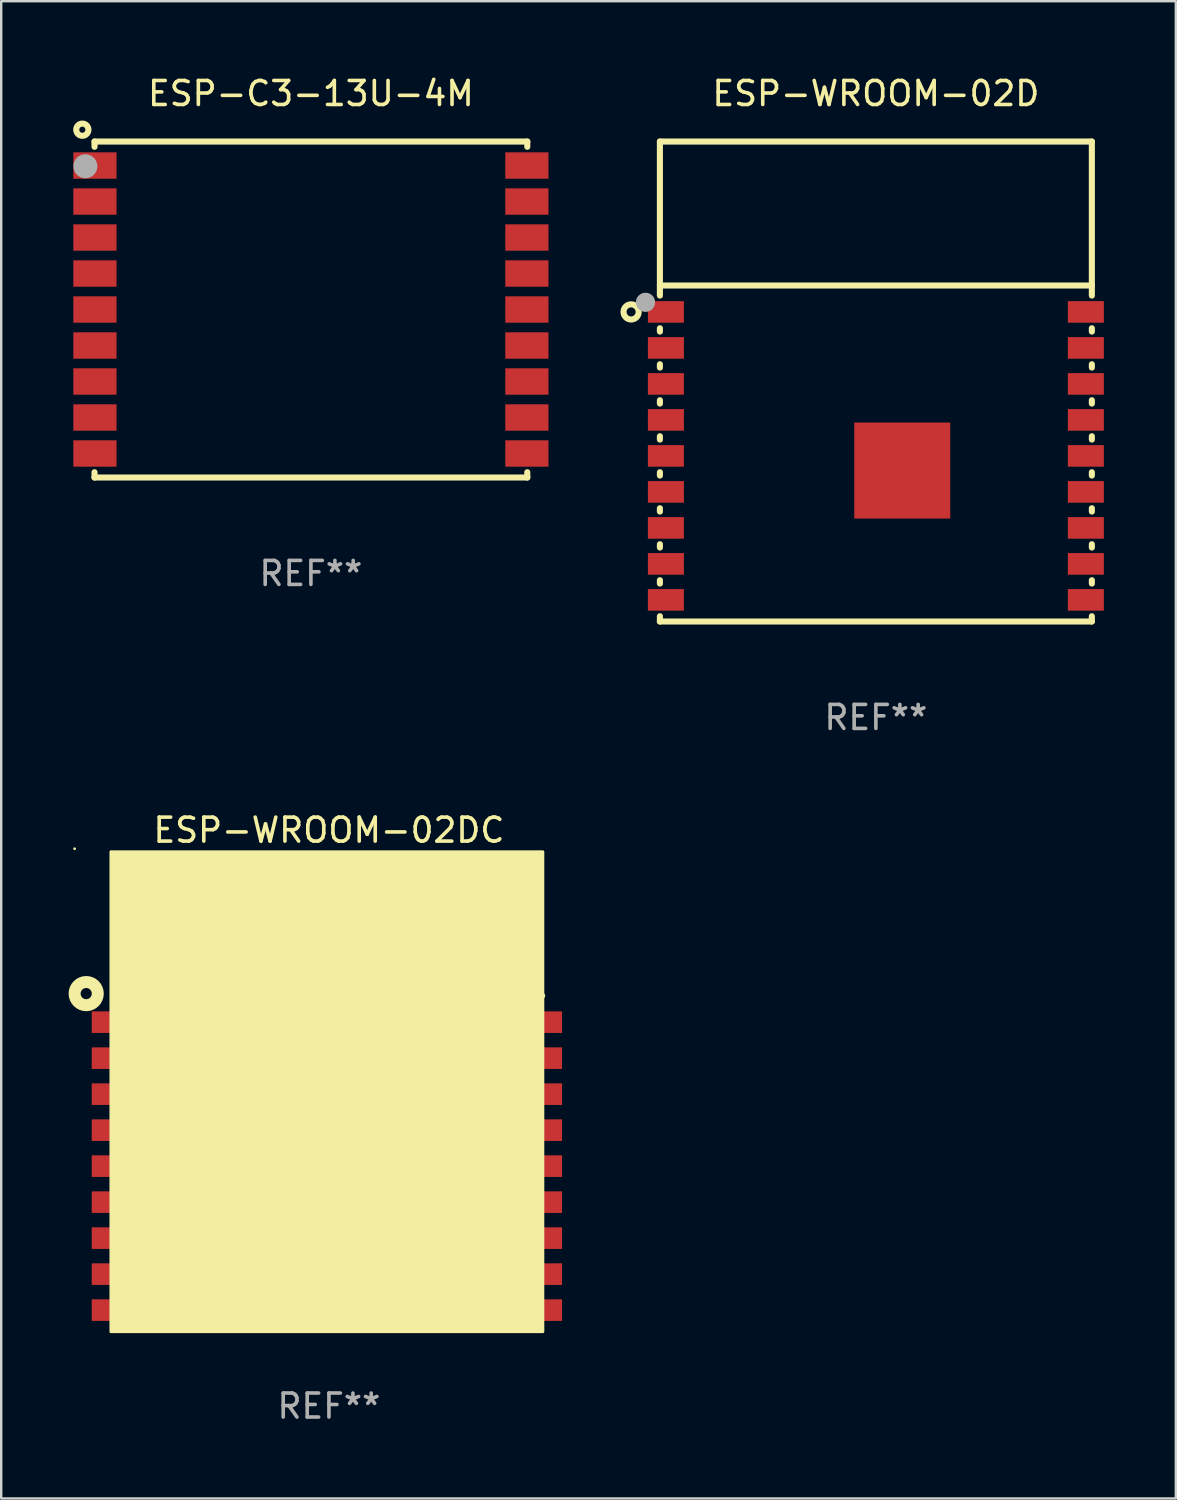
<source format=kicad_pcb>
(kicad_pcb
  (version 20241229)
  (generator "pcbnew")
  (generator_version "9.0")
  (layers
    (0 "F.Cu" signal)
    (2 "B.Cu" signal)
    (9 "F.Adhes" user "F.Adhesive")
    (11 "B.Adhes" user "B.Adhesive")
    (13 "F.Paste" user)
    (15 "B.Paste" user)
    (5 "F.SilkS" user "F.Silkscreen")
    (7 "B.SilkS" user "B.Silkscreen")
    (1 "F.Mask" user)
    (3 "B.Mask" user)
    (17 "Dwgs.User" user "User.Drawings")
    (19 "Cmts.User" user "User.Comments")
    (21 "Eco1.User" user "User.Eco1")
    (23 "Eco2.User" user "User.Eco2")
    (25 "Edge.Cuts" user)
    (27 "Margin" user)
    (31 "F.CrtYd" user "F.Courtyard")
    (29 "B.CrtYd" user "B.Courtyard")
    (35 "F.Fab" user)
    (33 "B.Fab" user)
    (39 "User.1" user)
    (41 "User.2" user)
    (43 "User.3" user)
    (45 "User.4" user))
  (footprint "ESP-C3-13U-4M"
    (layer "F.Cu")
    (at 9.906 9.848)
    (property "Reference" "ESP-C3-13U-4M" (at 0 -9 0) (layer "F.SilkS") (effects (font (size 1 1) (thickness 0.15))))
    (attr through_hole)
    (fp_line (start -9.017 7) (end 9.017 7) (stroke (width 0.254) (type solid)) (layer "F.SilkS"))
    (fp_line (start -9.017 -7) (end -9.017 -6.781) (stroke (width 0.254) (type solid)) (layer "F.SilkS"))
    (fp_line (start -9.017 -7) (end 9.017 -7) (stroke (width 0.254) (type solid)) (layer "F.SilkS"))
    (fp_line (start -9.017 6.781) (end -9.017 7) (stroke (width 0.254) (type solid)) (layer "F.SilkS"))
    (fp_line (start 9.017 -7) (end 9.017 -6.781) (stroke (width 0.254) (type solid)) (layer "F.SilkS"))
    (fp_line (start 9.017 6.781) (end 9.017 7) (stroke (width 0.254) (type solid)) (layer "F.SilkS"))
    (fp_circle (center -9.525 -7.493) (end -9.271 -7.493) (stroke (width 0.254) (type solid)) (fill no) (layer "F.SilkS"))
    (fp_circle (center -9 -7) (end -8.97 -7) (stroke (width 0.06) (type solid)) (fill no) (layer "F.SilkS"))
    (fp_circle (center -9.398 -5.969) (end -9.148 -5.969) (stroke (width 0.5) (type solid)) (fill no) (layer "F.Fab"))
    (fp_text user "REF**" (at 0 11 0) (layer "F.Fab") (effects (font (size 1 1) (thickness 0.15))))
    (pad "1" smd rect (at -9 -6) (size 1.8 1.1) (layers "F.Cu" "F.Mask" "F.Paste"))
    (pad "2" smd rect (at -9 -4.5) (size 1.8 1.1) (layers "F.Cu" "F.Mask" "F.Paste"))
    (pad "3" smd rect (at -9 -3) (size 1.8 1.1) (layers "F.Cu" "F.Mask" "F.Paste"))
    (pad "4" smd rect (at -9 -1.5) (size 1.8 1.1) (layers "F.Cu" "F.Mask" "F.Paste"))
    (pad "5" smd rect (at -9 -0.000025) (size 1.8 1.1) (layers "F.Cu" "F.Mask" "F.Paste"))
    (pad "6" smd rect (at -9 1.5) (size 1.8 1.1) (layers "F.Cu" "F.Mask" "F.Paste"))
    (pad "7" smd rect (at -9 3) (size 1.8 1.1) (layers "F.Cu" "F.Mask" "F.Paste"))
    (pad "8" smd rect (at -9 4.5) (size 1.8 1.1) (layers "F.Cu" "F.Mask" "F.Paste"))
    (pad "9" smd rect (at -9 6) (size 1.8 1.1) (layers "F.Cu" "F.Mask" "F.Paste"))
    (pad "10" smd rect (at 9 6) (size 1.8 1.1) (layers "F.Cu" "F.Mask" "F.Paste"))
    (pad "11" smd rect (at 9 4.5) (size 1.8 1.1) (layers "F.Cu" "F.Mask" "F.Paste"))
    (pad "12" smd rect (at 9 3) (size 1.8 1.1) (layers "F.Cu" "F.Mask" "F.Paste"))
    (pad "13" smd rect (at 9 1.5) (size 1.8 1.1) (layers "F.Cu" "F.Mask" "F.Paste"))
    (pad "14" smd rect (at 9 -0.000025) (size 1.8 1.1) (layers "F.Cu" "F.Mask" "F.Paste"))
    (pad "15" smd rect (at 9 -1.5) (size 1.8 1.1) (layers "F.Cu" "F.Mask" "F.Paste"))
    (pad "16" smd rect (at 9 -3) (size 1.8 1.1) (layers "F.Cu" "F.Mask" "F.Paste"))
    (pad "17" smd rect (at 9 -4.5) (size 1.8 1.1) (layers "F.Cu" "F.Mask" "F.Paste"))
    (pad "18" smd rect (at 9 -6) (size 1.8 1.1) (layers "F.Cu" "F.Mask" "F.Paste")))
  (footprint "ESP-WROOM-02DC"
    (layer "F.Cu")
    (at 10.657 42.545)
    (property "Reference" "ESP-WROOM-02DC" (at 0 -11 0) (layer "F.SilkS") (effects (font (size 1 1) (thickness 0.15))))
    (attr through_hole)
    (fp_line (start -8.885 -4.1) (end 8.885 -4.1) (stroke (width 0.254) (type solid)) (layer "F.SilkS"))
    (fp_line (start -7.585 -6) (end -7.585 -9) (stroke (width 0.254) (type solid)) (layer "F.SilkS"))
    (fp_line (start -4.585 -9) (end -4.585 -6) (stroke (width 0.254) (type solid)) (layer "F.SilkS"))
    (fp_line (start -4.585 -6) (end -7.585 -6) (stroke (width 0.254) (type solid)) (layer "F.SilkS"))
    (fp_line (start -1.585 -9) (end -4.585 -9) (stroke (width 0.254) (type solid)) (layer "F.SilkS"))
    (fp_line (start -1.585 -6) (end -1.585 -9) (stroke (width 0.254) (type solid)) (layer "F.SilkS"))
    (fp_line (start 1.415 -9) (end 1.415 -6) (stroke (width 0.254) (type solid)) (layer "F.SilkS"))
    (fp_line (start 1.415 -6) (end -1.585 -6) (stroke (width 0.254) (type solid)) (layer "F.SilkS"))
    (fp_line (start 4.415 -9) (end 1.415 -9) (stroke (width 0.254) (type solid)) (layer "F.SilkS"))
    (fp_line (start 4.415 -9) (end 4.415 -4.5) (stroke (width 0.254) (type solid)) (layer "F.SilkS"))
    (fp_line (start 7.415 -9) (end 4.415 -9) (stroke (width 0.254) (type solid)) (layer "F.SilkS"))
    (fp_line (start 7.415 -4.5) (end 7.415 -9) (stroke (width 0.254) (type solid)) (layer "F.SilkS"))
    (fp_circle (center -10.597 -10.227) (end -10.567 -10.227) (stroke (width 0.06) (type solid)) (fill no) (layer "F.SilkS"))
    (fp_circle (center -10.115 -4.19) (end -9.882 -4.19) (stroke (width 0.5) (type solid)) (fill no) (layer "F.SilkS"))
    (fp_poly (pts (xy -9.085 -10.1) (xy 8.915 -10.1) (xy 8.915 9.9) (xy -9.085 9.9)) (stroke (width 0.12) (type solid)) (fill yes) (layer "F.SilkS"))
    (fp_text user "WIFI" (at -3.105 6.36 0) (layer "B.Mask") (effects (font (size 1 1) (thickness 0.15))))
    (fp_text user "REF**" (at 0 13 0) (layer "F.Fab") (effects (font (size 1 1) (thickness 0.15))))
    (pad "1" smd rect (at -8.885 -3 180) (size 2 0.9) (layers "F.Cu" "F.Mask" "F.Paste"))
    (pad "2" smd rect (at -8.885 -1.5 180) (size 2 0.9) (layers "F.Cu" "F.Mask" "F.Paste"))
    (pad "3" smd rect (at -8.885 0.000076 180) (size 2 0.9) (layers "F.Cu" "F.Mask" "F.Paste"))
    (pad "4" smd rect (at -8.885 1.5 180) (size 2 0.9) (layers "F.Cu" "F.Mask" "F.Paste"))
    (pad "5" smd rect (at -8.885 3 180) (size 2 0.9) (layers "F.Cu" "F.Mask" "F.Paste"))
    (pad "6" smd rect (at -8.885 4.5 180) (size 2 0.9) (layers "F.Cu" "F.Mask" "F.Paste"))
    (pad "7" smd rect (at -8.885 6 180) (size 2 0.9) (layers "F.Cu" "F.Mask" "F.Paste"))
    (pad "8" smd rect (at -8.885 7.5 180) (size 2 0.9) (layers "F.Cu" "F.Mask" "F.Paste"))
    (pad "9" smd rect (at -8.885 9 180) (size 2 0.9) (layers "F.Cu" "F.Mask" "F.Paste"))
    (pad "10" smd rect (at 8.715 9) (size 2 0.9) (layers "F.Cu" "F.Mask" "F.Paste"))
    (pad "11" smd rect (at 8.715 7.5) (size 2 0.9) (layers "F.Cu" "F.Mask" "F.Paste"))
    (pad "12" smd rect (at 8.715 6) (size 2 0.9) (layers "F.Cu" "F.Mask" "F.Paste"))
    (pad "13" smd rect (at 8.715 4.5) (size 2 0.9) (layers "F.Cu" "F.Mask" "F.Paste"))
    (pad "14" smd rect (at 8.715 3) (size 2 0.9) (layers "F.Cu" "F.Mask" "F.Paste"))
    (pad "15" smd rect (at 8.715 1.5) (size 2 0.9) (layers "F.Cu" "F.Mask" "F.Paste"))
    (pad "16" smd rect (at 8.715 0.000076) (size 2 0.9) (layers "F.Cu" "F.Mask" "F.Paste"))
    (pad "17" smd rect (at 8.715 -1.5) (size 2 0.9) (layers "F.Cu" "F.Mask" "F.Paste"))
    (pad "18" smd rect (at 8.715 -3) (size 2 0.9) (layers "F.Cu" "F.Mask" "F.Paste"))
    (pad "19" smd rect (at 0.965 3.86) (size 4 4) (layers "F.Cu" "F.Mask" "F.Paste")))
  (footprint "ESP-WROOM-02D"
    (layer "F.Cu")
    (at 33.449 12.848)
    (property "Reference" "ESP-WROOM-02D" (at 0 -12 0) (layer "F.SilkS") (effects (font (size 1 1) (thickness 0.15))))
    (attr through_hole)
    (fp_line (start -9 -10) (end -9 -3.581) (stroke (width 0.254) (type solid)) (layer "F.SilkS"))
    (fp_line (start -9 -10) (end 9 -10) (stroke (width 0.254) (type solid)) (layer "F.SilkS"))
    (fp_line (start -9 -4) (end 9 -4) (stroke (width 0.254) (type solid)) (layer "F.SilkS"))
    (fp_line (start -9 -2.219) (end -9 -2.081) (stroke (width 0.254) (type solid)) (layer "F.SilkS"))
    (fp_line (start -9 -0.719) (end -9 -0.581) (stroke (width 0.254) (type solid)) (layer "F.SilkS"))
    (fp_line (start -9 0.781) (end -9 0.919) (stroke (width 0.254) (type solid)) (layer "F.SilkS"))
    (fp_line (start -9 2.281) (end -9 2.419) (stroke (width 0.254) (type solid)) (layer "F.SilkS"))
    (fp_line (start -9 3.781) (end -9 3.919) (stroke (width 0.254) (type solid)) (layer "F.SilkS"))
    (fp_line (start -9 5.281) (end -9 5.419) (stroke (width 0.254) (type solid)) (layer "F.SilkS"))
    (fp_line (start -9 6.781) (end -9 6.919) (stroke (width 0.254) (type solid)) (layer "F.SilkS"))
    (fp_line (start -9 8.281) (end -9 8.419) (stroke (width 0.254) (type solid)) (layer "F.SilkS"))
    (fp_line (start -9 9.781) (end -9 10) (stroke (width 0.254) (type solid)) (layer "F.SilkS"))
    (fp_line (start -9 10) (end 9 10) (stroke (width 0.254) (type solid)) (layer "F.SilkS"))
    (fp_line (start 9 -10) (end 9 -3.581) (stroke (width 0.254) (type solid)) (layer "F.SilkS"))
    (fp_line (start 9 -2.219) (end 9 -2.081) (stroke (width 0.254) (type solid)) (layer "F.SilkS"))
    (fp_line (start 9 -0.719) (end 9 -0.581) (stroke (width 0.254) (type solid)) (layer "F.SilkS"))
    (fp_line (start 9 0.781) (end 9 0.919) (stroke (width 0.254) (type solid)) (layer "F.SilkS"))
    (fp_line (start 9 2.281) (end 9 2.419) (stroke (width 0.254) (type solid)) (layer "F.SilkS"))
    (fp_line (start 9 3.781) (end 9 3.919) (stroke (width 0.254) (type solid)) (layer "F.SilkS"))
    (fp_line (start 9 5.281) (end 9 5.419) (stroke (width 0.254) (type solid)) (layer "F.SilkS"))
    (fp_line (start 9 6.781) (end 9 6.919) (stroke (width 0.254) (type solid)) (layer "F.SilkS"))
    (fp_line (start 9 8.281) (end 9 8.419) (stroke (width 0.254) (type solid)) (layer "F.SilkS"))
    (fp_line (start 9 9.781) (end 9 10) (stroke (width 0.254) (type solid)) (layer "F.SilkS"))
    (fp_circle (center -10.2 -2.9) (end -9.884 -2.9) (stroke (width 0.254) (type solid)) (fill no) (layer "F.SilkS"))
    (fp_circle (center -9 -10) (end -8.97 -10) (stroke (width 0.06) (type solid)) (fill no) (layer "F.SilkS"))
    (fp_circle (center -9.6 -3.3) (end -9.4 -3.3) (stroke (width 0.4) (type solid)) (fill no) (layer "F.Fab"))
    (fp_text user "REF**" (at 0 14 0) (layer "F.Fab") (effects (font (size 1 1) (thickness 0.15))))
    (pad "1" smd rect (at -8.75 -2.9 90) (size 0.9 1.5) (layers "F.Cu" "F.Mask" "F.Paste"))
    (pad "2" smd rect (at -8.75 -1.4 90) (size 0.9 1.5) (layers "F.Cu" "F.Mask" "F.Paste"))
    (pad "3" smd rect (at -8.75 0.1 90) (size 0.9 1.5) (layers "F.Cu" "F.Mask" "F.Paste"))
    (pad "4" smd rect (at -8.75 1.6 90) (size 0.9 1.5) (layers "F.Cu" "F.Mask" "F.Paste"))
    (pad "5" smd rect (at -8.75 3.1 90) (size 0.9 1.5) (layers "F.Cu" "F.Mask" "F.Paste"))
    (pad "6" smd rect (at -8.75 4.6 90) (size 0.9 1.5) (layers "F.Cu" "F.Mask" "F.Paste"))
    (pad "7" smd rect (at -8.75 6.1 90) (size 0.9 1.5) (layers "F.Cu" "F.Mask" "F.Paste"))
    (pad "8" smd rect (at -8.75 7.6 90) (size 0.9 1.5) (layers "F.Cu" "F.Mask" "F.Paste"))
    (pad "9" smd rect (at -8.75 9.1 90) (size 0.9 1.5) (layers "F.Cu" "F.Mask" "F.Paste"))
    (pad "10" smd rect (at 8.75 9.1 90) (size 0.9 1.5) (layers "F.Cu" "F.Mask" "F.Paste"))
    (pad "11" smd rect (at 8.75 7.6 90) (size 0.9 1.5) (layers "F.Cu" "F.Mask" "F.Paste"))
    (pad "12" smd rect (at 8.75 6.1 90) (size 0.9 1.5) (layers "F.Cu" "F.Mask" "F.Paste"))
    (pad "13" smd rect (at 8.75 4.6 90) (size 0.9 1.5) (layers "F.Cu" "F.Mask" "F.Paste"))
    (pad "14" smd rect (at 8.75 3.1 90) (size 0.9 1.5) (layers "F.Cu" "F.Mask" "F.Paste"))
    (pad "15" smd rect (at 8.75 1.6 90) (size 0.9 1.5) (layers "F.Cu" "F.Mask" "F.Paste"))
    (pad "16" smd rect (at 8.75 0.1 90) (size 0.9 1.5) (layers "F.Cu" "F.Mask" "F.Paste"))
    (pad "17" smd rect (at 8.75 -1.4 90) (size 0.9 1.5) (layers "F.Cu" "F.Mask" "F.Paste"))
    (pad "18" smd rect (at 8.75 -2.9 90) (size 0.9 1.5) (layers "F.Cu" "F.Mask" "F.Paste"))
    (pad "19" smd rect (at 1.1 3.71 90) (size 4 4) (layers "F.Cu" "F.Mask" "F.Paste")))
  (gr_rect
    (start -3 -3)
    (end 45.949 59.393)
    (stroke (width 0.1) (type default))
    (fill no)
    (layer "Edge.Cuts")))
</source>
